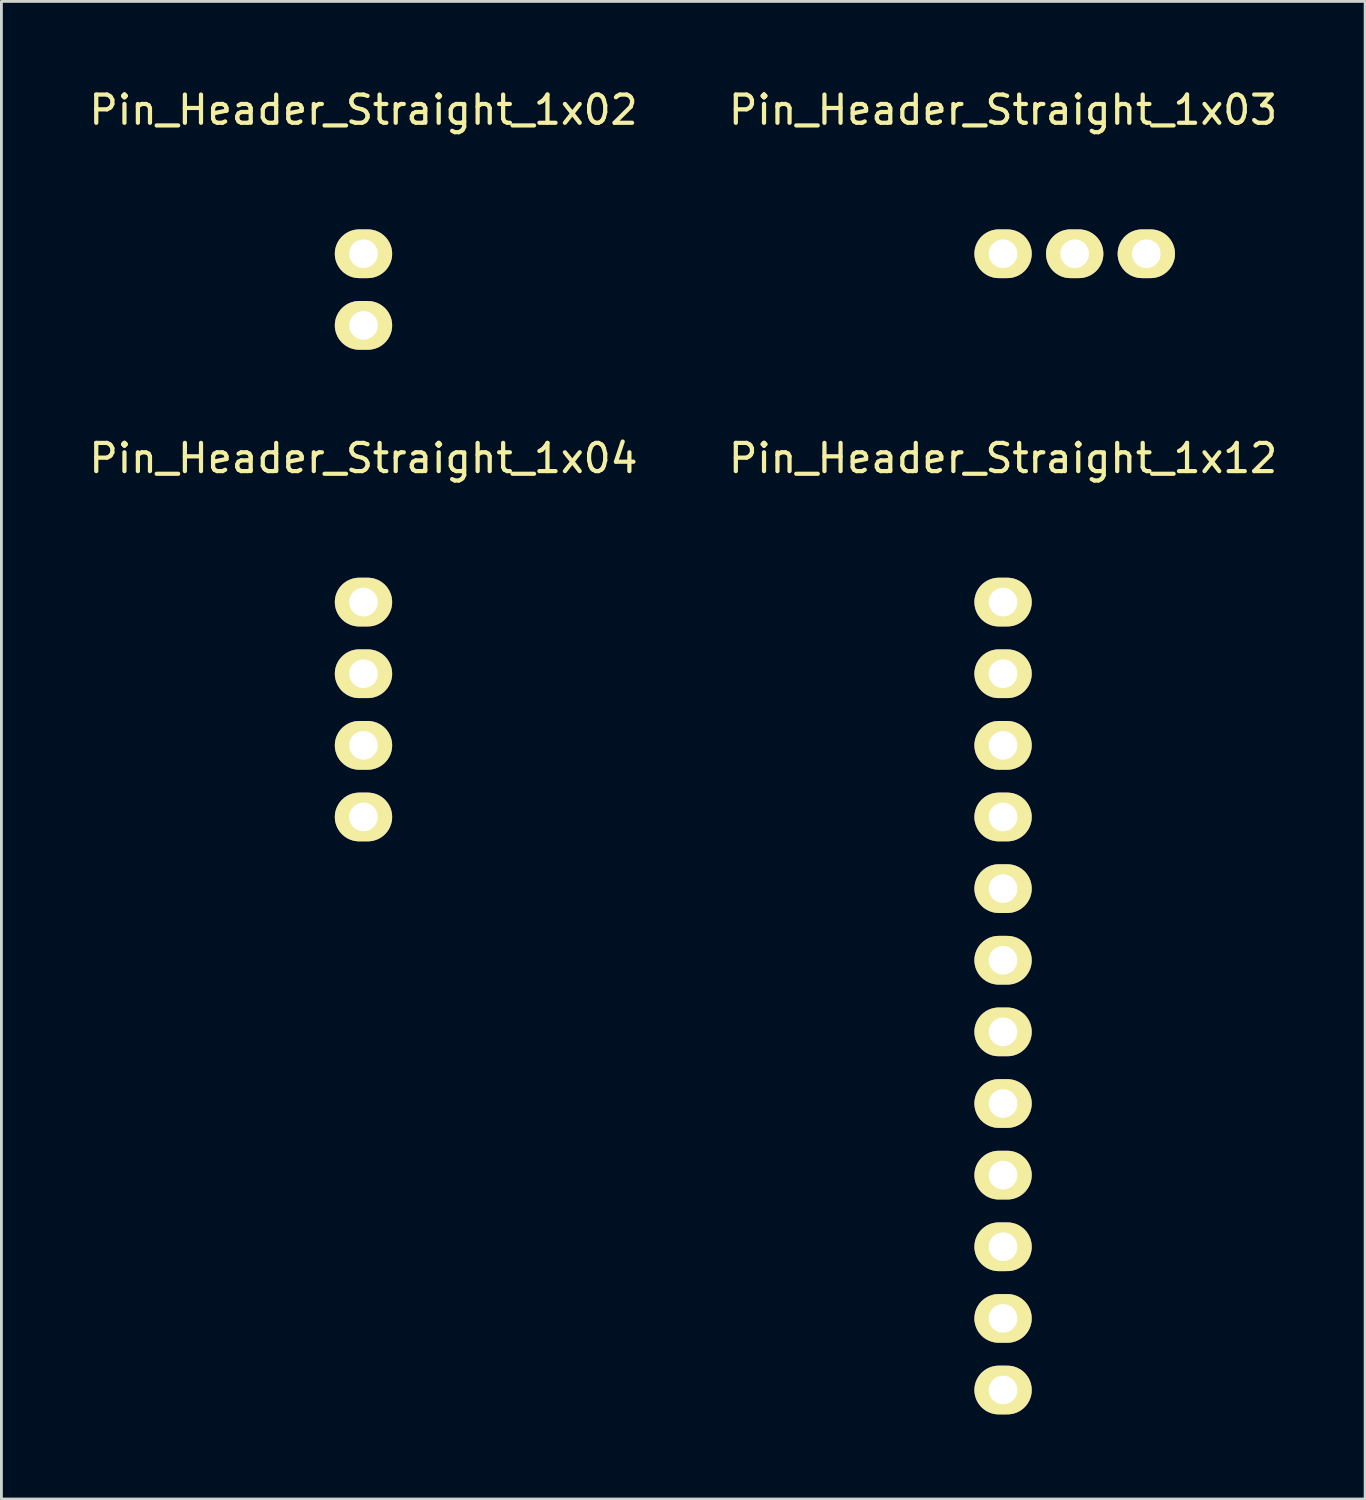
<source format=kicad_pcb>
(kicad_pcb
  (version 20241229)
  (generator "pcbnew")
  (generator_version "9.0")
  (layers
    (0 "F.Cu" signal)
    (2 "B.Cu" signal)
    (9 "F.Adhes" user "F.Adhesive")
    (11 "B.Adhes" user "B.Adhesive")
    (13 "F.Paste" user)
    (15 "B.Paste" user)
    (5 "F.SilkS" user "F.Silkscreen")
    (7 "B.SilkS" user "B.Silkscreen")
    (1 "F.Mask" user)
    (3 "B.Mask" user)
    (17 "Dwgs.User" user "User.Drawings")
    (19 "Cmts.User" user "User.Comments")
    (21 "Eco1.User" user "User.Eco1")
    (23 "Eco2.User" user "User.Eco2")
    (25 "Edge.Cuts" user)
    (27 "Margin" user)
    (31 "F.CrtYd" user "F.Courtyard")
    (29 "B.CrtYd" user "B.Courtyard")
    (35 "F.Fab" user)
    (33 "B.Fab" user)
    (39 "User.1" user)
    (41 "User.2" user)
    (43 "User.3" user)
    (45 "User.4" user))
  (footprint "Pin_Header_Straight_1x03"
    (layer "F.Cu")
    (at 32.518 5.948)
    (property "Reference" "Pin_Header_Straight_1x03" (at 0 -5.1 0) (layer "F.SilkS") (effects (font (size 1 1) (thickness 0.15))))
    (attr through_hole)
    (pad "1" thru_hole oval (at 0 0) (size 2.032 1.727) (drill 1.016) (layers "*.Cu" "*.Mask" "F.SilkS"))
    (pad "2" thru_hole oval (at 2.54 0) (size 2.032 1.727) (drill 1.016) (layers "*.Cu" "*.Mask" "F.SilkS"))
    (pad "3" thru_hole oval (at 5.08 0) (size 2.032 1.727) (drill 1.016) (layers "*.Cu" "*.Mask" "F.SilkS")))
  (footprint "Pin_Header_Straight_1x04"
    (layer "F.Cu")
    (at 9.839 18.3)
    (property "Reference" "Pin_Header_Straight_1x04" (at 0 -5.1 0) (layer "F.SilkS") (effects (font (size 1 1) (thickness 0.15))))
    (attr through_hole)
    (pad "1" thru_hole oval (at 0 0) (size 2.032 1.727) (drill 1.016) (layers "*.Cu" "*.Mask" "F.SilkS"))
    (pad "2" thru_hole oval (at 0 2.54) (size 2.032 1.727) (drill 1.016) (layers "*.Cu" "*.Mask" "F.SilkS"))
    (pad "3" thru_hole oval (at 0 5.08) (size 2.032 1.727) (drill 1.016) (layers "*.Cu" "*.Mask" "F.SilkS"))
    (pad "4" thru_hole oval (at 0 7.62) (size 2.032 1.727) (drill 1.016) (layers "*.Cu" "*.Mask" "F.SilkS")))
  (footprint "Pin_Header_Straight_1x02"
    (layer "F.Cu")
    (at 9.839 5.948)
    (property "Reference" "Pin_Header_Straight_1x02" (at 0 -5.1 0) (layer "F.SilkS") (effects (font (size 1 1) (thickness 0.15))))
    (attr through_hole)
    (pad "1" thru_hole oval (at 0 0) (size 2.032 1.727) (drill 1.016) (layers "*.Cu" "*.Mask" "F.SilkS"))
    (pad "2" thru_hole oval (at 0 2.54) (size 2.032 1.727) (drill 1.016) (layers "*.Cu" "*.Mask" "F.SilkS")))
  (footprint "Pin_Header_Straight_1x12"
    (layer "F.Cu")
    (at 32.518 18.3)
    (property "Reference" "Pin_Header_Straight_1x12" (at 0 -5.1 0) (layer "F.SilkS") (effects (font (size 1 1) (thickness 0.15))))
    (attr through_hole)
    (pad "1" thru_hole oval (at 0 0) (size 2.032 1.727) (drill 1.016) (layers "*.Cu" "*.Mask" "F.SilkS"))
    (pad "2" thru_hole oval (at 0 2.54) (size 2.032 1.727) (drill 1.016) (layers "*.Cu" "*.Mask" "F.SilkS"))
    (pad "3" thru_hole oval (at 0 5.08) (size 2.032 1.727) (drill 1.016) (layers "*.Cu" "*.Mask" "F.SilkS"))
    (pad "4" thru_hole oval (at 0 7.62) (size 2.032 1.727) (drill 1.016) (layers "*.Cu" "*.Mask" "F.SilkS"))
    (pad "5" thru_hole oval (at 0 10.16) (size 2.032 1.727) (drill 1.016) (layers "*.Cu" "*.Mask" "F.SilkS"))
    (pad "6" thru_hole oval (at 0 12.7) (size 2.032 1.727) (drill 1.016) (layers "*.Cu" "*.Mask" "F.SilkS"))
    (pad "7" thru_hole oval (at 0 15.24) (size 2.032 1.727) (drill 1.016) (layers "*.Cu" "*.Mask" "F.SilkS"))
    (pad "8" thru_hole oval (at 0 17.78) (size 2.032 1.727) (drill 1.016) (layers "*.Cu" "*.Mask" "F.SilkS"))
    (pad "9" thru_hole oval (at 0 20.32) (size 2.032 1.727) (drill 1.016) (layers "*.Cu" "*.Mask" "F.SilkS"))
    (pad "10" thru_hole oval (at 0 22.86) (size 2.032 1.727) (drill 1.016) (layers "*.Cu" "*.Mask" "F.SilkS"))
    (pad "11" thru_hole oval (at 0 25.4) (size 2.032 1.727) (drill 1.016) (layers "*.Cu" "*.Mask" "F.SilkS"))
    (pad "12" thru_hole oval (at 0 27.94) (size 2.032 1.727) (drill 1.016) (layers "*.Cu" "*.Mask" "F.SilkS")))
  (gr_rect
    (start -3 -3)
    (end 45.357 50.104)
    (stroke (width 0.1) (type default))
    (fill no)
    (layer "Edge.Cuts")))
</source>
